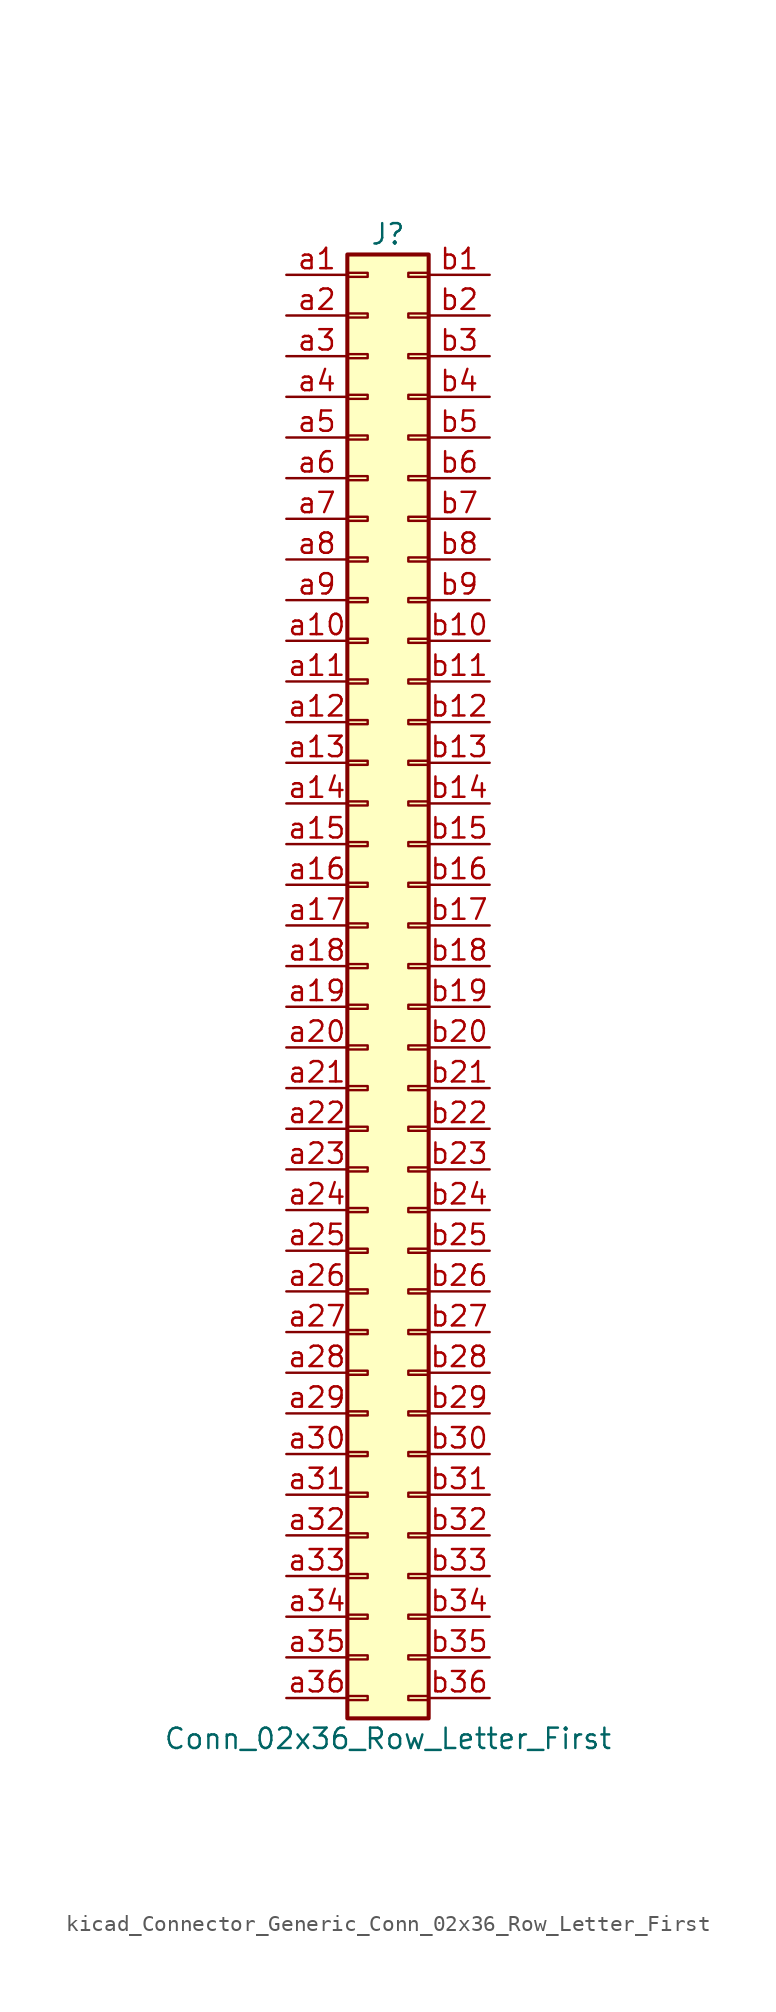
<source format=kicad_sym>
(kicad_symbol_lib
  (version 20220914)
  (generator kicad_symbol_editor)
  (symbol "kicad_Connector_Generic_Conn_02x36_Row_Letter_First"
    (pin_names
      (offset 1.016) hide)
    (property "Reference" "J"
      (at 1.27 45.72 0)
      (effects (font (size 1.27 1.27))))
    (property "Value" "Conn_02x36_Row_Letter_First"
      (at 1.27 -48.26 0)
      (effects (font (size 1.27 1.27))))
    (symbol "kicad_Connector_Generic_Conn_02x36_Row_Letter_First_1_1"
      (rectangle (start -1.27 -45.593) (end 0 -45.847) (stroke (width 0.152) (type default)) (fill (type none)))
      (rectangle (start -1.27 -43.053) (end 0 -43.307) (stroke (width 0.152) (type default)) (fill (type none)))
      (rectangle (start -1.27 -40.513) (end 0 -40.767) (stroke (width 0.152) (type default)) (fill (type none)))
      (rectangle (start -1.27 -37.973) (end 0 -38.227) (stroke (width 0.152) (type default)) (fill (type none)))
      (rectangle (start -1.27 -35.433) (end 0 -35.687) (stroke (width 0.152) (type default)) (fill (type none)))
      (rectangle (start -1.27 -32.893) (end 0 -33.147) (stroke (width 0.152) (type default)) (fill (type none)))
      (rectangle (start -1.27 -30.353) (end 0 -30.607) (stroke (width 0.152) (type default)) (fill (type none)))
      (rectangle (start -1.27 -27.813) (end 0 -28.067) (stroke (width 0.152) (type default)) (fill (type none)))
      (rectangle (start -1.27 -25.273) (end 0 -25.527) (stroke (width 0.152) (type default)) (fill (type none)))
      (rectangle (start -1.27 -22.733) (end 0 -22.987) (stroke (width 0.152) (type default)) (fill (type none)))
      (rectangle (start -1.27 -20.193) (end 0 -20.447) (stroke (width 0.152) (type default)) (fill (type none)))
      (rectangle (start -1.27 -17.653) (end 0 -17.907) (stroke (width 0.152) (type default)) (fill (type none)))
      (rectangle (start -1.27 -15.113) (end 0 -15.367) (stroke (width 0.152) (type default)) (fill (type none)))
      (rectangle (start -1.27 -12.573) (end 0 -12.827) (stroke (width 0.152) (type default)) (fill (type none)))
      (rectangle (start -1.27 -10.033) (end 0 -10.287) (stroke (width 0.152) (type default)) (fill (type none)))
      (rectangle (start -1.27 -7.493) (end 0 -7.747) (stroke (width 0.152) (type default)) (fill (type none)))
      (rectangle (start -1.27 -4.953) (end 0 -5.207) (stroke (width 0.152) (type default)) (fill (type none)))
      (rectangle (start -1.27 -2.413) (end 0 -2.667) (stroke (width 0.152) (type default)) (fill (type none)))
      (rectangle (start -1.27 0.127) (end 0 -0.127) (stroke (width 0.152) (type default)) (fill (type none)))
      (rectangle (start -1.27 2.667) (end 0 2.413) (stroke (width 0.152) (type default)) (fill (type none)))
      (rectangle (start -1.27 5.207) (end 0 4.953) (stroke (width 0.152) (type default)) (fill (type none)))
      (rectangle (start -1.27 7.747) (end 0 7.493) (stroke (width 0.152) (type default)) (fill (type none)))
      (rectangle (start -1.27 10.287) (end 0 10.033) (stroke (width 0.152) (type default)) (fill (type none)))
      (rectangle (start -1.27 12.827) (end 0 12.573) (stroke (width 0.152) (type default)) (fill (type none)))
      (rectangle (start -1.27 15.367) (end 0 15.113) (stroke (width 0.152) (type default)) (fill (type none)))
      (rectangle (start -1.27 17.907) (end 0 17.653) (stroke (width 0.152) (type default)) (fill (type none)))
      (rectangle (start -1.27 20.447) (end 0 20.193) (stroke (width 0.152) (type default)) (fill (type none)))
      (rectangle (start -1.27 22.987) (end 0 22.733) (stroke (width 0.152) (type default)) (fill (type none)))
      (rectangle (start -1.27 25.527) (end 0 25.273) (stroke (width 0.152) (type default)) (fill (type none)))
      (rectangle (start -1.27 28.067) (end 0 27.813) (stroke (width 0.152) (type default)) (fill (type none)))
      (rectangle (start -1.27 30.607) (end 0 30.353) (stroke (width 0.152) (type default)) (fill (type none)))
      (rectangle (start -1.27 33.147) (end 0 32.893) (stroke (width 0.152) (type default)) (fill (type none)))
      (rectangle (start -1.27 35.687) (end 0 35.433) (stroke (width 0.152) (type default)) (fill (type none)))
      (rectangle (start -1.27 38.227) (end 0 37.973) (stroke (width 0.152) (type default)) (fill (type none)))
      (rectangle (start -1.27 40.767) (end 0 40.513) (stroke (width 0.152) (type default)) (fill (type none)))
      (rectangle (start -1.27 43.307) (end 0 43.053) (stroke (width 0.152) (type default)) (fill (type none)))
      (rectangle (start -1.27 44.45) (end 3.81 -46.99) (stroke (width 0.254) (type default)) (fill (type background)))
      (rectangle (start 3.81 -45.593) (end 2.54 -45.847) (stroke (width 0.152) (type default)) (fill (type none)))
      (rectangle (start 3.81 -43.053) (end 2.54 -43.307) (stroke (width 0.152) (type default)) (fill (type none)))
      (rectangle (start 3.81 -40.513) (end 2.54 -40.767) (stroke (width 0.152) (type default)) (fill (type none)))
      (rectangle (start 3.81 -37.973) (end 2.54 -38.227) (stroke (width 0.152) (type default)) (fill (type none)))
      (rectangle (start 3.81 -35.433) (end 2.54 -35.687) (stroke (width 0.152) (type default)) (fill (type none)))
      (rectangle (start 3.81 -32.893) (end 2.54 -33.147) (stroke (width 0.152) (type default)) (fill (type none)))
      (rectangle (start 3.81 -30.353) (end 2.54 -30.607) (stroke (width 0.152) (type default)) (fill (type none)))
      (rectangle (start 3.81 -27.813) (end 2.54 -28.067) (stroke (width 0.152) (type default)) (fill (type none)))
      (rectangle (start 3.81 -25.273) (end 2.54 -25.527) (stroke (width 0.152) (type default)) (fill (type none)))
      (rectangle (start 3.81 -22.733) (end 2.54 -22.987) (stroke (width 0.152) (type default)) (fill (type none)))
      (rectangle (start 3.81 -20.193) (end 2.54 -20.447) (stroke (width 0.152) (type default)) (fill (type none)))
      (rectangle (start 3.81 -17.653) (end 2.54 -17.907) (stroke (width 0.152) (type default)) (fill (type none)))
      (rectangle (start 3.81 -15.113) (end 2.54 -15.367) (stroke (width 0.152) (type default)) (fill (type none)))
      (rectangle (start 3.81 -12.573) (end 2.54 -12.827) (stroke (width 0.152) (type default)) (fill (type none)))
      (rectangle (start 3.81 -10.033) (end 2.54 -10.287) (stroke (width 0.152) (type default)) (fill (type none)))
      (rectangle (start 3.81 -7.493) (end 2.54 -7.747) (stroke (width 0.152) (type default)) (fill (type none)))
      (rectangle (start 3.81 -4.953) (end 2.54 -5.207) (stroke (width 0.152) (type default)) (fill (type none)))
      (rectangle (start 3.81 -2.413) (end 2.54 -2.667) (stroke (width 0.152) (type default)) (fill (type none)))
      (rectangle (start 3.81 0.127) (end 2.54 -0.127) (stroke (width 0.152) (type default)) (fill (type none)))
      (rectangle (start 3.81 2.667) (end 2.54 2.413) (stroke (width 0.152) (type default)) (fill (type none)))
      (rectangle (start 3.81 5.207) (end 2.54 4.953) (stroke (width 0.152) (type default)) (fill (type none)))
      (rectangle (start 3.81 7.747) (end 2.54 7.493) (stroke (width 0.152) (type default)) (fill (type none)))
      (rectangle (start 3.81 10.287) (end 2.54 10.033) (stroke (width 0.152) (type default)) (fill (type none)))
      (rectangle (start 3.81 12.827) (end 2.54 12.573) (stroke (width 0.152) (type default)) (fill (type none)))
      (rectangle (start 3.81 15.367) (end 2.54 15.113) (stroke (width 0.152) (type default)) (fill (type none)))
      (rectangle (start 3.81 17.907) (end 2.54 17.653) (stroke (width 0.152) (type default)) (fill (type none)))
      (rectangle (start 3.81 20.447) (end 2.54 20.193) (stroke (width 0.152) (type default)) (fill (type none)))
      (rectangle (start 3.81 22.987) (end 2.54 22.733) (stroke (width 0.152) (type default)) (fill (type none)))
      (rectangle (start 3.81 25.527) (end 2.54 25.273) (stroke (width 0.152) (type default)) (fill (type none)))
      (rectangle (start 3.81 28.067) (end 2.54 27.813) (stroke (width 0.152) (type default)) (fill (type none)))
      (rectangle (start 3.81 30.607) (end 2.54 30.353) (stroke (width 0.152) (type default)) (fill (type none)))
      (rectangle (start 3.81 33.147) (end 2.54 32.893) (stroke (width 0.152) (type default)) (fill (type none)))
      (rectangle (start 3.81 35.687) (end 2.54 35.433) (stroke (width 0.152) (type default)) (fill (type none)))
      (rectangle (start 3.81 38.227) (end 2.54 37.973) (stroke (width 0.152) (type default)) (fill (type none)))
      (rectangle (start 3.81 40.767) (end 2.54 40.513) (stroke (width 0.152) (type default)) (fill (type none)))
      (rectangle (start 3.81 43.307) (end 2.54 43.053) (stroke (width 0.152) (type default)) (fill (type none)))
      (pin passive line (at -5.08 43.18 0) (length 3.81) (name "Pin_a1" (effects (font (size 1.27 1.27)))) (number "a1" (effects (font (size 1.27 1.27)))))
      (pin passive line (at -5.08 20.32 0) (length 3.81) (name "Pin_a10" (effects (font (size 1.27 1.27)))) (number "a10" (effects (font (size 1.27 1.27)))))
      (pin passive line (at -5.08 17.78 0) (length 3.81) (name "Pin_a11" (effects (font (size 1.27 1.27)))) (number "a11" (effects (font (size 1.27 1.27)))))
      (pin passive line (at -5.08 15.24 0) (length 3.81) (name "Pin_a12" (effects (font (size 1.27 1.27)))) (number "a12" (effects (font (size 1.27 1.27)))))
      (pin passive line (at -5.08 12.7 0) (length 3.81) (name "Pin_a13" (effects (font (size 1.27 1.27)))) (number "a13" (effects (font (size 1.27 1.27)))))
      (pin passive line (at -5.08 10.16 0) (length 3.81) (name "Pin_a14" (effects (font (size 1.27 1.27)))) (number "a14" (effects (font (size 1.27 1.27)))))
      (pin passive line (at -5.08 7.62 0) (length 3.81) (name "Pin_a15" (effects (font (size 1.27 1.27)))) (number "a15" (effects (font (size 1.27 1.27)))))
      (pin passive line (at -5.08 5.08 0) (length 3.81) (name "Pin_a16" (effects (font (size 1.27 1.27)))) (number "a16" (effects (font (size 1.27 1.27)))))
      (pin passive line (at -5.08 2.54 0) (length 3.81) (name "Pin_a17" (effects (font (size 1.27 1.27)))) (number "a17" (effects (font (size 1.27 1.27)))))
      (pin passive line (at -5.08 0 0) (length 3.81) (name "Pin_a18" (effects (font (size 1.27 1.27)))) (number "a18" (effects (font (size 1.27 1.27)))))
      (pin passive line (at -5.08 -2.54 0) (length 3.81) (name "Pin_a19" (effects (font (size 1.27 1.27)))) (number "a19" (effects (font (size 1.27 1.27)))))
      (pin passive line (at -5.08 40.64 0) (length 3.81) (name "Pin_a2" (effects (font (size 1.27 1.27)))) (number "a2" (effects (font (size 1.27 1.27)))))
      (pin passive line (at -5.08 -5.08 0) (length 3.81) (name "Pin_a20" (effects (font (size 1.27 1.27)))) (number "a20" (effects (font (size 1.27 1.27)))))
      (pin passive line (at -5.08 -7.62 0) (length 3.81) (name "Pin_a21" (effects (font (size 1.27 1.27)))) (number "a21" (effects (font (size 1.27 1.27)))))
      (pin passive line (at -5.08 -10.16 0) (length 3.81) (name "Pin_a22" (effects (font (size 1.27 1.27)))) (number "a22" (effects (font (size 1.27 1.27)))))
      (pin passive line (at -5.08 -12.7 0) (length 3.81) (name "Pin_a23" (effects (font (size 1.27 1.27)))) (number "a23" (effects (font (size 1.27 1.27)))))
      (pin passive line (at -5.08 -15.24 0) (length 3.81) (name "Pin_a24" (effects (font (size 1.27 1.27)))) (number "a24" (effects (font (size 1.27 1.27)))))
      (pin passive line (at -5.08 -17.78 0) (length 3.81) (name "Pin_a25" (effects (font (size 1.27 1.27)))) (number "a25" (effects (font (size 1.27 1.27)))))
      (pin passive line (at -5.08 -20.32 0) (length 3.81) (name "Pin_a26" (effects (font (size 1.27 1.27)))) (number "a26" (effects (font (size 1.27 1.27)))))
      (pin passive line (at -5.08 -22.86 0) (length 3.81) (name "Pin_a27" (effects (font (size 1.27 1.27)))) (number "a27" (effects (font (size 1.27 1.27)))))
      (pin passive line (at -5.08 -25.4 0) (length 3.81) (name "Pin_a28" (effects (font (size 1.27 1.27)))) (number "a28" (effects (font (size 1.27 1.27)))))
      (pin passive line (at -5.08 -27.94 0) (length 3.81) (name "Pin_a29" (effects (font (size 1.27 1.27)))) (number "a29" (effects (font (size 1.27 1.27)))))
      (pin passive line (at -5.08 38.1 0) (length 3.81) (name "Pin_a3" (effects (font (size 1.27 1.27)))) (number "a3" (effects (font (size 1.27 1.27)))))
      (pin passive line (at -5.08 -30.48 0) (length 3.81) (name "Pin_a30" (effects (font (size 1.27 1.27)))) (number "a30" (effects (font (size 1.27 1.27)))))
      (pin passive line (at -5.08 -33.02 0) (length 3.81) (name "Pin_a31" (effects (font (size 1.27 1.27)))) (number "a31" (effects (font (size 1.27 1.27)))))
      (pin passive line (at -5.08 -35.56 0) (length 3.81) (name "Pin_a32" (effects (font (size 1.27 1.27)))) (number "a32" (effects (font (size 1.27 1.27)))))
      (pin passive line (at -5.08 -38.1 0) (length 3.81) (name "Pin_a33" (effects (font (size 1.27 1.27)))) (number "a33" (effects (font (size 1.27 1.27)))))
      (pin passive line (at -5.08 -40.64 0) (length 3.81) (name "Pin_a34" (effects (font (size 1.27 1.27)))) (number "a34" (effects (font (size 1.27 1.27)))))
      (pin passive line (at -5.08 -43.18 0) (length 3.81) (name "Pin_a35" (effects (font (size 1.27 1.27)))) (number "a35" (effects (font (size 1.27 1.27)))))
      (pin passive line (at -5.08 -45.72 0) (length 3.81) (name "Pin_a36" (effects (font (size 1.27 1.27)))) (number "a36" (effects (font (size 1.27 1.27)))))
      (pin passive line (at -5.08 35.56 0) (length 3.81) (name "Pin_a4" (effects (font (size 1.27 1.27)))) (number "a4" (effects (font (size 1.27 1.27)))))
      (pin passive line (at -5.08 33.02 0) (length 3.81) (name "Pin_a5" (effects (font (size 1.27 1.27)))) (number "a5" (effects (font (size 1.27 1.27)))))
      (pin passive line (at -5.08 30.48 0) (length 3.81) (name "Pin_a6" (effects (font (size 1.27 1.27)))) (number "a6" (effects (font (size 1.27 1.27)))))
      (pin passive line (at -5.08 27.94 0) (length 3.81) (name "Pin_a7" (effects (font (size 1.27 1.27)))) (number "a7" (effects (font (size 1.27 1.27)))))
      (pin passive line (at -5.08 25.4 0) (length 3.81) (name "Pin_a8" (effects (font (size 1.27 1.27)))) (number "a8" (effects (font (size 1.27 1.27)))))
      (pin passive line (at -5.08 22.86 0) (length 3.81) (name "Pin_a9" (effects (font (size 1.27 1.27)))) (number "a9" (effects (font (size 1.27 1.27)))))
      (pin passive line (at 7.62 43.18 180) (length 3.81) (name "Pin_b1" (effects (font (size 1.27 1.27)))) (number "b1" (effects (font (size 1.27 1.27)))))
      (pin passive line (at 7.62 20.32 180) (length 3.81) (name "Pin_b10" (effects (font (size 1.27 1.27)))) (number "b10" (effects (font (size 1.27 1.27)))))
      (pin passive line (at 7.62 17.78 180) (length 3.81) (name "Pin_b11" (effects (font (size 1.27 1.27)))) (number "b11" (effects (font (size 1.27 1.27)))))
      (pin passive line (at 7.62 15.24 180) (length 3.81) (name "Pin_b12" (effects (font (size 1.27 1.27)))) (number "b12" (effects (font (size 1.27 1.27)))))
      (pin passive line (at 7.62 12.7 180) (length 3.81) (name "Pin_b13" (effects (font (size 1.27 1.27)))) (number "b13" (effects (font (size 1.27 1.27)))))
      (pin passive line (at 7.62 10.16 180) (length 3.81) (name "Pin_b14" (effects (font (size 1.27 1.27)))) (number "b14" (effects (font (size 1.27 1.27)))))
      (pin passive line (at 7.62 7.62 180) (length 3.81) (name "Pin_b15" (effects (font (size 1.27 1.27)))) (number "b15" (effects (font (size 1.27 1.27)))))
      (pin passive line (at 7.62 5.08 180) (length 3.81) (name "Pin_b16" (effects (font (size 1.27 1.27)))) (number "b16" (effects (font (size 1.27 1.27)))))
      (pin passive line (at 7.62 2.54 180) (length 3.81) (name "Pin_b17" (effects (font (size 1.27 1.27)))) (number "b17" (effects (font (size 1.27 1.27)))))
      (pin passive line (at 7.62 0 180) (length 3.81) (name "Pin_b18" (effects (font (size 1.27 1.27)))) (number "b18" (effects (font (size 1.27 1.27)))))
      (pin passive line (at 7.62 -2.54 180) (length 3.81) (name "Pin_b19" (effects (font (size 1.27 1.27)))) (number "b19" (effects (font (size 1.27 1.27)))))
      (pin passive line (at 7.62 40.64 180) (length 3.81) (name "Pin_b2" (effects (font (size 1.27 1.27)))) (number "b2" (effects (font (size 1.27 1.27)))))
      (pin passive line (at 7.62 -5.08 180) (length 3.81) (name "Pin_b20" (effects (font (size 1.27 1.27)))) (number "b20" (effects (font (size 1.27 1.27)))))
      (pin passive line (at 7.62 -7.62 180) (length 3.81) (name "Pin_b21" (effects (font (size 1.27 1.27)))) (number "b21" (effects (font (size 1.27 1.27)))))
      (pin passive line (at 7.62 -10.16 180) (length 3.81) (name "Pin_b22" (effects (font (size 1.27 1.27)))) (number "b22" (effects (font (size 1.27 1.27)))))
      (pin passive line (at 7.62 -12.7 180) (length 3.81) (name "Pin_b23" (effects (font (size 1.27 1.27)))) (number "b23" (effects (font (size 1.27 1.27)))))
      (pin passive line (at 7.62 -15.24 180) (length 3.81) (name "Pin_b24" (effects (font (size 1.27 1.27)))) (number "b24" (effects (font (size 1.27 1.27)))))
      (pin passive line (at 7.62 -17.78 180) (length 3.81) (name "Pin_b25" (effects (font (size 1.27 1.27)))) (number "b25" (effects (font (size 1.27 1.27)))))
      (pin passive line (at 7.62 -20.32 180) (length 3.81) (name "Pin_b26" (effects (font (size 1.27 1.27)))) (number "b26" (effects (font (size 1.27 1.27)))))
      (pin passive line (at 7.62 -22.86 180) (length 3.81) (name "Pin_b27" (effects (font (size 1.27 1.27)))) (number "b27" (effects (font (size 1.27 1.27)))))
      (pin passive line (at 7.62 -25.4 180) (length 3.81) (name "Pin_b28" (effects (font (size 1.27 1.27)))) (number "b28" (effects (font (size 1.27 1.27)))))
      (pin passive line (at 7.62 -27.94 180) (length 3.81) (name "Pin_b29" (effects (font (size 1.27 1.27)))) (number "b29" (effects (font (size 1.27 1.27)))))
      (pin passive line (at 7.62 38.1 180) (length 3.81) (name "Pin_b3" (effects (font (size 1.27 1.27)))) (number "b3" (effects (font (size 1.27 1.27)))))
      (pin passive line (at 7.62 -30.48 180) (length 3.81) (name "Pin_b30" (effects (font (size 1.27 1.27)))) (number "b30" (effects (font (size 1.27 1.27)))))
      (pin passive line (at 7.62 -33.02 180) (length 3.81) (name "Pin_b31" (effects (font (size 1.27 1.27)))) (number "b31" (effects (font (size 1.27 1.27)))))
      (pin passive line (at 7.62 -35.56 180) (length 3.81) (name "Pin_b32" (effects (font (size 1.27 1.27)))) (number "b32" (effects (font (size 1.27 1.27)))))
      (pin passive line (at 7.62 -38.1 180) (length 3.81) (name "Pin_b33" (effects (font (size 1.27 1.27)))) (number "b33" (effects (font (size 1.27 1.27)))))
      (pin passive line (at 7.62 -40.64 180) (length 3.81) (name "Pin_b34" (effects (font (size 1.27 1.27)))) (number "b34" (effects (font (size 1.27 1.27)))))
      (pin passive line (at 7.62 -43.18 180) (length 3.81) (name "Pin_b35" (effects (font (size 1.27 1.27)))) (number "b35" (effects (font (size 1.27 1.27)))))
      (pin passive line (at 7.62 -45.72 180) (length 3.81) (name "Pin_b36" (effects (font (size 1.27 1.27)))) (number "b36" (effects (font (size 1.27 1.27)))))
      (pin passive line (at 7.62 35.56 180) (length 3.81) (name "Pin_b4" (effects (font (size 1.27 1.27)))) (number "b4" (effects (font (size 1.27 1.27)))))
      (pin passive line (at 7.62 33.02 180) (length 3.81) (name "Pin_b5" (effects (font (size 1.27 1.27)))) (number "b5" (effects (font (size 1.27 1.27)))))
      (pin passive line (at 7.62 30.48 180) (length 3.81) (name "Pin_b6" (effects (font (size 1.27 1.27)))) (number "b6" (effects (font (size 1.27 1.27)))))
      (pin passive line (at 7.62 27.94 180) (length 3.81) (name "Pin_b7" (effects (font (size 1.27 1.27)))) (number "b7" (effects (font (size 1.27 1.27)))))
      (pin passive line (at 7.62 25.4 180) (length 3.81) (name "Pin_b8" (effects (font (size 1.27 1.27)))) (number "b8" (effects (font (size 1.27 1.27)))))
      (pin passive line (at 7.62 22.86 180) (length 3.81) (name "Pin_b9" (effects (font (size 1.27 1.27)))) (number "b9" (effects (font (size 1.27 1.27))))))))
</source>
